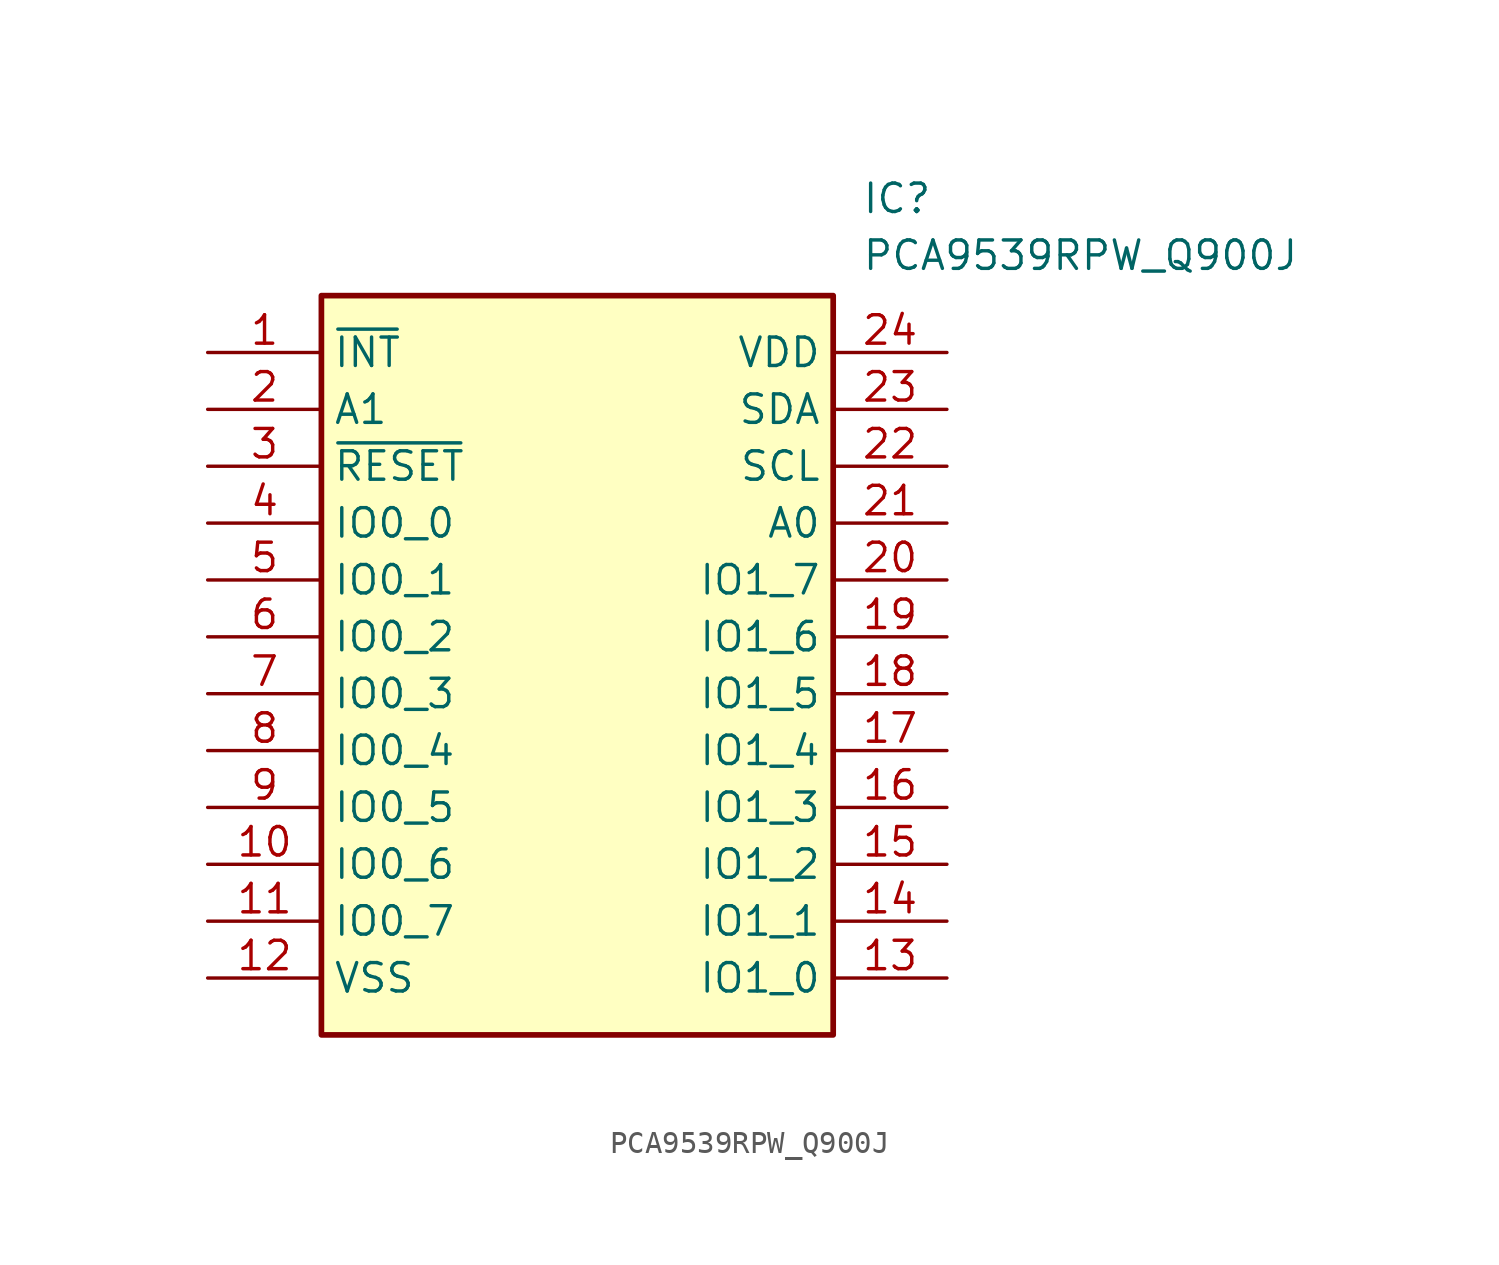
<source format=kicad_sym>
(kicad_symbol_lib
  (version 20211014)
  (generator SamacSys_ECAD_Model)
  (symbol "PCA9539RPW_Q900J"
    (property "Reference" "IC"
      (at 29.21 7.62 0)
      (effects (font (size 1.27 1.27)) (justify left top)))
    (property "Value" "PCA9539RPW_Q900J"
      (at 29.21 5.08 0)
      (effects (font (size 1.27 1.27)) (justify left top)))
    (rectangle
      (start 5.08 2.54)
      (end 27.94 -30.48)
      (stroke (width 0.254) (type default))
      (fill (type background)))
    (pin passive line
      (at 0 0 0)
      (length 5.08)
      (name "~{INT}" (effects (font (size 1.27 1.27))))
      (number "1" (effects (font (size 1.27 1.27)))))
    (pin passive line
      (at 0 -2.54 0)
      (length 5.08)
      (name "A1" (effects (font (size 1.27 1.27))))
      (number "2" (effects (font (size 1.27 1.27)))))
    (pin passive line
      (at 0 -5.08 0)
      (length 5.08)
      (name "~{RESET}" (effects (font (size 1.27 1.27))))
      (number "3" (effects (font (size 1.27 1.27)))))
    (pin passive line
      (at 0 -7.62 0)
      (length 5.08)
      (name "IO0_0" (effects (font (size 1.27 1.27))))
      (number "4" (effects (font (size 1.27 1.27)))))
    (pin passive line
      (at 0 -10.16 0)
      (length 5.08)
      (name "IO0_1" (effects (font (size 1.27 1.27))))
      (number "5" (effects (font (size 1.27 1.27)))))
    (pin passive line
      (at 0 -12.7 0)
      (length 5.08)
      (name "IO0_2" (effects (font (size 1.27 1.27))))
      (number "6" (effects (font (size 1.27 1.27)))))
    (pin passive line
      (at 0 -15.24 0)
      (length 5.08)
      (name "IO0_3" (effects (font (size 1.27 1.27))))
      (number "7" (effects (font (size 1.27 1.27)))))
    (pin passive line
      (at 0 -17.78 0)
      (length 5.08)
      (name "IO0_4" (effects (font (size 1.27 1.27))))
      (number "8" (effects (font (size 1.27 1.27)))))
    (pin passive line
      (at 0 -20.32 0)
      (length 5.08)
      (name "IO0_5" (effects (font (size 1.27 1.27))))
      (number "9" (effects (font (size 1.27 1.27)))))
    (pin passive line
      (at 0 -22.86 0)
      (length 5.08)
      (name "IO0_6" (effects (font (size 1.27 1.27))))
      (number "10" (effects (font (size 1.27 1.27)))))
    (pin passive line
      (at 0 -25.4 0)
      (length 5.08)
      (name "IO0_7" (effects (font (size 1.27 1.27))))
      (number "11" (effects (font (size 1.27 1.27)))))
    (pin passive line
      (at 0 -27.94 0)
      (length 5.08)
      (name "VSS" (effects (font (size 1.27 1.27))))
      (number "12" (effects (font (size 1.27 1.27)))))
    (pin passive line
      (at 33.02 0 180)
      (length 5.08)
      (name "VDD" (effects (font (size 1.27 1.27))))
      (number "24" (effects (font (size 1.27 1.27)))))
    (pin passive line
      (at 33.02 -2.54 180)
      (length 5.08)
      (name "SDA" (effects (font (size 1.27 1.27))))
      (number "23" (effects (font (size 1.27 1.27)))))
    (pin passive line
      (at 33.02 -5.08 180)
      (length 5.08)
      (name "SCL" (effects (font (size 1.27 1.27))))
      (number "22" (effects (font (size 1.27 1.27)))))
    (pin passive line
      (at 33.02 -7.62 180)
      (length 5.08)
      (name "A0" (effects (font (size 1.27 1.27))))
      (number "21" (effects (font (size 1.27 1.27)))))
    (pin passive line
      (at 33.02 -10.16 180)
      (length 5.08)
      (name "IO1_7" (effects (font (size 1.27 1.27))))
      (number "20" (effects (font (size 1.27 1.27)))))
    (pin passive line
      (at 33.02 -12.7 180)
      (length 5.08)
      (name "IO1_6" (effects (font (size 1.27 1.27))))
      (number "19" (effects (font (size 1.27 1.27)))))
    (pin passive line
      (at 33.02 -15.24 180)
      (length 5.08)
      (name "IO1_5" (effects (font (size 1.27 1.27))))
      (number "18" (effects (font (size 1.27 1.27)))))
    (pin passive line
      (at 33.02 -17.78 180)
      (length 5.08)
      (name "IO1_4" (effects (font (size 1.27 1.27))))
      (number "17" (effects (font (size 1.27 1.27)))))
    (pin passive line
      (at 33.02 -20.32 180)
      (length 5.08)
      (name "IO1_3" (effects (font (size 1.27 1.27))))
      (number "16" (effects (font (size 1.27 1.27)))))
    (pin passive line
      (at 33.02 -22.86 180)
      (length 5.08)
      (name "IO1_2" (effects (font (size 1.27 1.27))))
      (number "15" (effects (font (size 1.27 1.27)))))
    (pin passive line
      (at 33.02 -25.4 180)
      (length 5.08)
      (name "IO1_1" (effects (font (size 1.27 1.27))))
      (number "14" (effects (font (size 1.27 1.27)))))
    (pin passive line
      (at 33.02 -27.94 180)
      (length 5.08)
      (name "IO1_0" (effects (font (size 1.27 1.27))))
      (number "13" (effects (font (size 1.27 1.27)))))))
</source>
